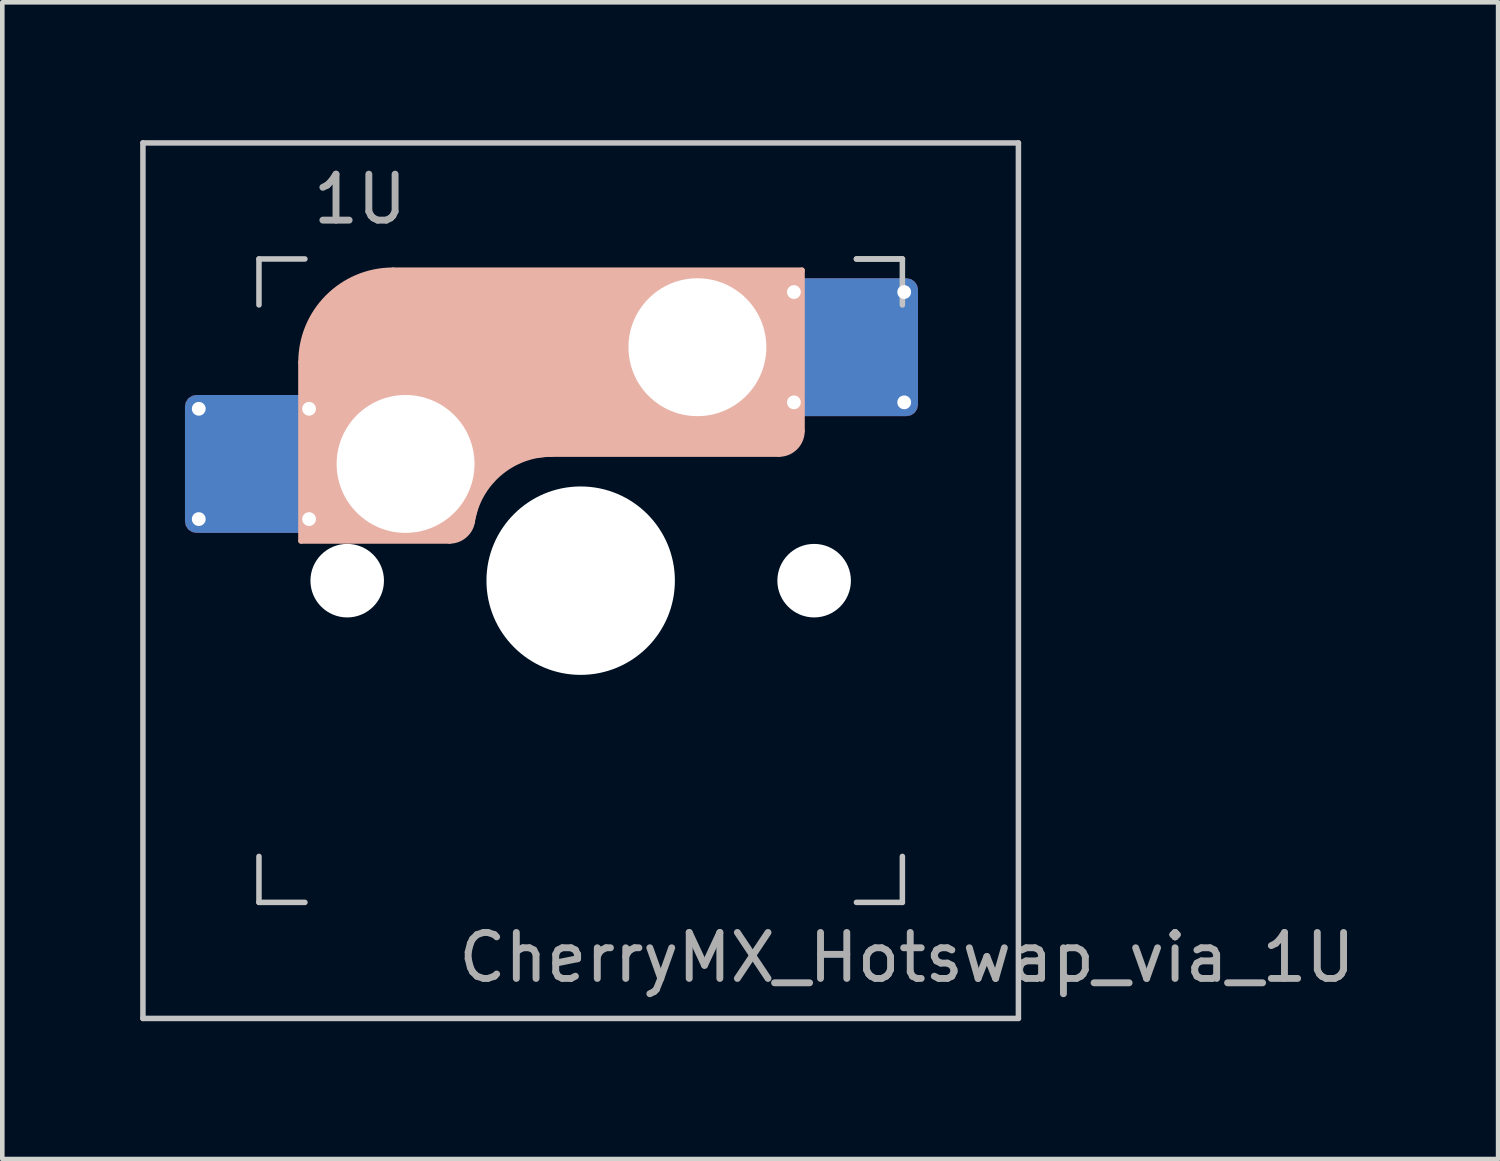
<source format=kicad_pcb>
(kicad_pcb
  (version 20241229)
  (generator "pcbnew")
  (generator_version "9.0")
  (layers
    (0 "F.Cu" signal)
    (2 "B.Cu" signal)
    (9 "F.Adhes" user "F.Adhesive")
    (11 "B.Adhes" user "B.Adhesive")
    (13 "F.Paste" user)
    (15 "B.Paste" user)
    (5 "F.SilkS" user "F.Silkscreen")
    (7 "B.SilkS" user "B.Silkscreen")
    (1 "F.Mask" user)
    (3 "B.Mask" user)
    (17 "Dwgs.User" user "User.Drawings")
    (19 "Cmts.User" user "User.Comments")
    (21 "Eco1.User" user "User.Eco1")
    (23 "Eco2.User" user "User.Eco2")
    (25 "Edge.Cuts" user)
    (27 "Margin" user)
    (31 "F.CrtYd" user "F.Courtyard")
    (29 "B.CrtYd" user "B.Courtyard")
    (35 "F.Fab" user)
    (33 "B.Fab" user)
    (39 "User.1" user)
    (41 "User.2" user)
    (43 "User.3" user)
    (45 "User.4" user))
  (footprint "CherryMX_Hotswap_via_1U"
    (layer "F.Cu")
    (at 9.585 9.585)
    (property "Reference" "CherryMX_Hotswap_via_1U" (at 7.1 8.2 0) (layer "F.Fab") (effects (font (size 1 1) (thickness 0.15))))
    (attr through_hole)
    (fp_line (start -8.11 -1.74) (end -8.11 -3.34) (stroke (width 0.12) (type solid)) (layer "B.Mask"))
    (fp_line (start -7.91 -3.54) (end -6.31 -3.54) (stroke (width 0.12) (type solid)) (layer "B.Mask"))
    (fp_line (start -6.31 -1.54) (end -7.91 -1.54) (stroke (width 0.12) (type solid)) (layer "B.Mask"))
    (fp_line (start -6.11 -3.34) (end -6.11 -1.74) (stroke (width 0.12) (type solid)) (layer "B.Mask"))
    (fp_line (start 4.84 -5.88) (end 4.84 -4.28) (stroke (width 0.12) (type solid)) (layer "B.Mask"))
    (fp_line (start 5.04 -6.08) (end 6.64 -6.08) (stroke (width 0.12) (type solid)) (layer "B.Mask"))
    (fp_line (start 5.04 -4.08) (end 6.64 -4.08) (stroke (width 0.12) (type solid)) (layer "B.Mask"))
    (fp_line (start 6.84 -4.28) (end 6.84 -5.88) (stroke (width 0.12) (type solid)) (layer "B.Mask"))
    (fp_arc (start -8.11 -3.34) (mid -8.051421 -3.481421) (end -7.91 -3.54) (stroke (width 0.12) (type solid)) (layer "B.Mask"))
    (fp_arc (start -7.91 -1.54) (mid -8.051421 -1.598579) (end -8.11 -1.74) (stroke (width 0.12) (type solid)) (layer "B.Mask"))
    (fp_arc (start -6.31 -3.54) (mid -6.168579 -3.481421) (end -6.11 -3.34) (stroke (width 0.12) (type solid)) (layer "B.Mask"))
    (fp_arc (start -6.11 -1.74) (mid -6.168579 -1.598579) (end -6.31 -1.54) (stroke (width 0.12) (type solid)) (layer "B.Mask"))
    (fp_arc (start 4.84 -5.88) (mid 4.898579 -6.021421) (end 5.04 -6.08) (stroke (width 0.12) (type solid)) (layer "B.Mask"))
    (fp_arc (start 5.04 -4.08) (mid 4.898579 -4.138579) (end 4.84 -4.28) (stroke (width 0.12) (type solid)) (layer "B.Mask"))
    (fp_arc (start 6.64 -6.08) (mid 6.781421 -6.021421) (end 6.84 -5.88) (stroke (width 0.12) (type solid)) (layer "B.Mask"))
    (fp_arc (start 6.84 -4.28) (mid 6.781421 -4.138579) (end 6.64 -4.08) (stroke (width 0.12) (type solid)) (layer "B.Mask"))
    (fp_poly (pts (xy -6.11 -3.34) (xy -6.11 -1.74) (xy -6.31 -1.54) (xy -7.91 -1.54) (xy -8.11 -1.74) (xy -8.11 -3.34) (xy -7.91 -3.54) (xy -6.31 -3.54)) (stroke (width 0.1) (type solid)) (fill yes) (layer "B.Mask"))
    (fp_poly (pts (xy 6.84 -5.88) (xy 6.84 -4.28) (xy 6.64 -4.08) (xy 5.04 -4.08) (xy 4.84 -4.28) (xy 4.84 -5.88) (xy 5.04 -6.08) (xy 6.64 -6.08)) (stroke (width 0.1) (type solid)) (fill yes) (layer "B.Mask"))
    (fp_line (start -6.085 -0.865) (end -6.085 -4.755) (stroke (width 0.12) (type solid)) (layer "B.SilkS"))
    (fp_line (start -4.085 -6.755) (end 4.815 -6.755) (stroke (width 0.12) (type solid)) (layer "B.SilkS"))
    (fp_line (start -2.852 -0.865) (end -6.085 -0.865) (stroke (width 0.12) (type solid)) (layer "B.SilkS"))
    (fp_line (start -0.635 -2.755) (end 4.315 -2.755) (stroke (width 0.12) (type solid)) (layer "B.SilkS"))
    (fp_line (start 4.815 -6.755) (end 4.815 -3.255) (stroke (width 0.12) (type solid)) (layer "B.SilkS"))
    (fp_arc (start -6.085 -4.755) (mid -5.499214 -6.169214) (end -4.085 -6.755) (stroke (width 0.12) (type solid)) (layer "B.SilkS"))
    (fp_arc (start -2.360959 -1.278326) (mid -1.770727 -2.335454) (end -0.635 -2.755) (stroke (width 0.12) (type solid)) (layer "B.SilkS"))
    (fp_arc (start -2.36 -1.278176) (mid -2.53101 -0.981978) (end -2.852404 -0.865) (stroke (width 0.12) (type solid)) (layer "B.SilkS"))
    (fp_arc (start 4.815 -3.255) (mid 4.668553 -2.901447) (end 4.315 -2.755) (stroke (width 0.12) (type solid)) (layer "B.SilkS"))
    (fp_poly (pts (xy 4.815 -3.255) (xy 4.633 -2.937) (xy 4.315 -2.755) (xy -0.635 -2.755) (xy -1.259 -2.696) (xy -1.805 -2.376) (xy -2.207 -1.885) (xy -2.361 -1.278) (xy -2.563 -1.02) (xy -2.852 -0.865) (xy -6.085 -0.865) (xy -6.085 -4.755) (xy -5.887 -5.501) (xy -5.464 -6.134) (xy -4.831 -6.557) (xy -4.085 -6.755) (xy 4.815 -6.755)) (stroke (width 0.1) (type solid)) (fill yes) (layer "B.SilkS"))
    (fp_line (start -8.11 -1.74) (end -8.11 -3.34) (stroke (width 0.12) (type solid)) (layer "B.Paste"))
    (fp_line (start -7.91 -3.54) (end -6.31 -3.54) (stroke (width 0.12) (type solid)) (layer "B.Paste"))
    (fp_line (start -6.31 -1.54) (end -7.91 -1.54) (stroke (width 0.12) (type solid)) (layer "B.Paste"))
    (fp_line (start -6.11 -3.34) (end -6.11 -1.74) (stroke (width 0.12) (type solid)) (layer "B.Paste"))
    (fp_line (start 4.84 -5.88) (end 4.84 -4.28) (stroke (width 0.12) (type solid)) (layer "B.Paste"))
    (fp_line (start 5.04 -6.08) (end 6.64 -6.08) (stroke (width 0.12) (type solid)) (layer "B.Paste"))
    (fp_line (start 5.04 -4.08) (end 6.64 -4.08) (stroke (width 0.12) (type solid)) (layer "B.Paste"))
    (fp_line (start 6.84 -4.28) (end 6.84 -5.88) (stroke (width 0.12) (type solid)) (layer "B.Paste"))
    (fp_arc (start -8.11 -3.34) (mid -8.051421 -3.481421) (end -7.91 -3.54) (stroke (width 0.12) (type solid)) (layer "B.Paste"))
    (fp_arc (start -7.91 -1.54) (mid -8.051421 -1.598579) (end -8.11 -1.74) (stroke (width 0.12) (type solid)) (layer "B.Paste"))
    (fp_arc (start -6.31 -3.54) (mid -6.168579 -3.481421) (end -6.11 -3.34) (stroke (width 0.12) (type solid)) (layer "B.Paste"))
    (fp_arc (start -6.11 -1.74) (mid -6.168579 -1.598579) (end -6.31 -1.54) (stroke (width 0.12) (type solid)) (layer "B.Paste"))
    (fp_arc (start 4.84 -5.88) (mid 4.898579 -6.021421) (end 5.04 -6.08) (stroke (width 0.12) (type solid)) (layer "B.Paste"))
    (fp_arc (start 5.04 -4.08) (mid 4.898579 -4.138579) (end 4.84 -4.28) (stroke (width 0.12) (type solid)) (layer "B.Paste"))
    (fp_arc (start 6.64 -6.08) (mid 6.781421 -6.021421) (end 6.84 -5.88) (stroke (width 0.12) (type solid)) (layer "B.Paste"))
    (fp_arc (start 6.84 -4.28) (mid 6.781421 -4.138579) (end 6.64 -4.08) (stroke (width 0.12) (type solid)) (layer "B.Paste"))
    (fp_poly (pts (xy -6.11 -3.34) (xy -6.11 -1.74) (xy -6.31 -1.54) (xy -7.91 -1.54) (xy -8.11 -1.74) (xy -8.11 -3.34) (xy -7.91 -3.54) (xy -6.31 -3.54)) (stroke (width 0.1) (type solid)) (fill yes) (layer "B.Paste"))
    (fp_poly (pts (xy 6.84 -5.88) (xy 6.84 -4.28) (xy 6.64 -4.08) (xy 5.04 -4.08) (xy 4.84 -4.28) (xy 4.84 -5.88) (xy 5.04 -6.08) (xy 6.64 -6.08)) (stroke (width 0.1) (type solid)) (fill yes) (layer "B.Paste"))
    (fp_line (start -9.525 -9.525) (end 9.525 -9.525) (stroke (width 0.12) (type solid)) (layer "Dwgs.User"))
    (fp_line (start -9.525 9.525) (end -9.525 -9.525) (stroke (width 0.12) (type solid)) (layer "Dwgs.User"))
    (fp_line (start -7 -7) (end -7 -6) (stroke (width 0.12) (type solid)) (layer "Dwgs.User"))
    (fp_line (start -7 -7) (end -6 -7) (stroke (width 0.12) (type solid)) (layer "Dwgs.User"))
    (fp_line (start -7 7) (end -7 6) (stroke (width 0.12) (type solid)) (layer "Dwgs.User"))
    (fp_line (start -7 7) (end -6 7) (stroke (width 0.12) (type solid)) (layer "Dwgs.User"))
    (fp_line (start 6 -7) (end 7 -7) (stroke (width 0.12) (type solid)) (layer "Dwgs.User"))
    (fp_line (start 7 -7) (end 6 -7) (stroke (width 0.12) (type solid)) (layer "Dwgs.User"))
    (fp_line (start 7 -7) (end 7 -6) (stroke (width 0.12) (type solid)) (layer "Dwgs.User"))
    (fp_line (start 7 7) (end 6 7) (stroke (width 0.12) (type solid)) (layer "Dwgs.User"))
    (fp_line (start 7 7) (end 7 6) (stroke (width 0.12) (type solid)) (layer "Dwgs.User"))
    (fp_line (start 9.525 -9.525) (end 9.525 9.525) (stroke (width 0.12) (type solid)) (layer "Dwgs.User"))
    (fp_line (start 9.525 9.525) (end -9.525 9.525) (stroke (width 0.12) (type solid)) (layer "Dwgs.User"))
    (fp_text user "1U" (at -4.8 -8.3 0) (layer "F.Fab") (effects (font (size 1 1) (thickness 0.15))))
    (pad "" np_thru_hole circle (at -5.08 0) (size 1.6 1.6) (drill 1.6) (layers "*.Cu" "*.Mask"))
    (pad "" np_thru_hole circle (at -3.81 -2.54) (size 3 3) (drill 3) (layers "*.Cu" "*.Mask"))
    (pad "" np_thru_hole circle (at 0 0) (size 4.1 4.1) (drill 4.1) (layers "*.Cu" "*.Mask"))
    (pad "" np_thru_hole circle (at 2.54 -5.08) (size 3 3) (drill 3) (layers "*.Cu" "*.Mask"))
    (pad "" np_thru_hole circle (at 5.08 0) (size 1.6 1.6) (drill 1.6) (layers "*.Cu" "*.Mask"))
    (pad "1" thru_hole circle (at -8.31 -3.74) (size 0.5 0.5) (drill 0.3) (layers "*.Cu"))
    (pad "1" thru_hole circle (at -8.31 -1.34) (size 0.5 0.5) (drill 0.3) (layers "*.Cu"))
    (pad "1" smd roundrect (at -7.11 -2.54) (size 3 3) (layers "F.Cu") (roundrect_rratio 0.083))
    (pad "1" smd roundrect (at -7.11 -2.54 180) (size 3 3) (layers "B.Cu") (roundrect_rratio 0.083))
    (pad "1" thru_hole circle (at -5.91 -3.74) (size 0.5 0.5) (drill 0.3) (layers "*.Cu"))
    (pad "1" thru_hole circle (at -5.91 -1.34) (size 0.5 0.5) (drill 0.3) (layers "*.Cu"))
    (pad "2" thru_hole circle (at 4.64 -6.28 180) (size 0.5 0.5) (drill 0.3) (layers "*.Cu"))
    (pad "2" thru_hole circle (at 4.64 -3.88 180) (size 0.5 0.5) (drill 0.3) (layers "*.Cu"))
    (pad "2" smd roundrect (at 5.84 -5.08 180) (size 3 3) (layers "F.Cu") (roundrect_rratio 0.083))
    (pad "2" smd roundrect (at 5.84 -5.08 180) (size 3 3) (layers "B.Cu") (roundrect_rratio 0.083))
    (pad "2" thru_hole circle (at 7.04 -6.28 180) (size 0.5 0.5) (drill 0.3) (layers "*.Cu"))
    (pad "2" thru_hole circle (at 7.04 -3.88 180) (size 0.5 0.5) (drill 0.3) (layers "*.Cu")))
  (gr_rect
    (start -3 -3)
    (end 29.548 22.17)
    (stroke (width 0.1) (type default))
    (fill no)
    (layer "Edge.Cuts")))
</source>
